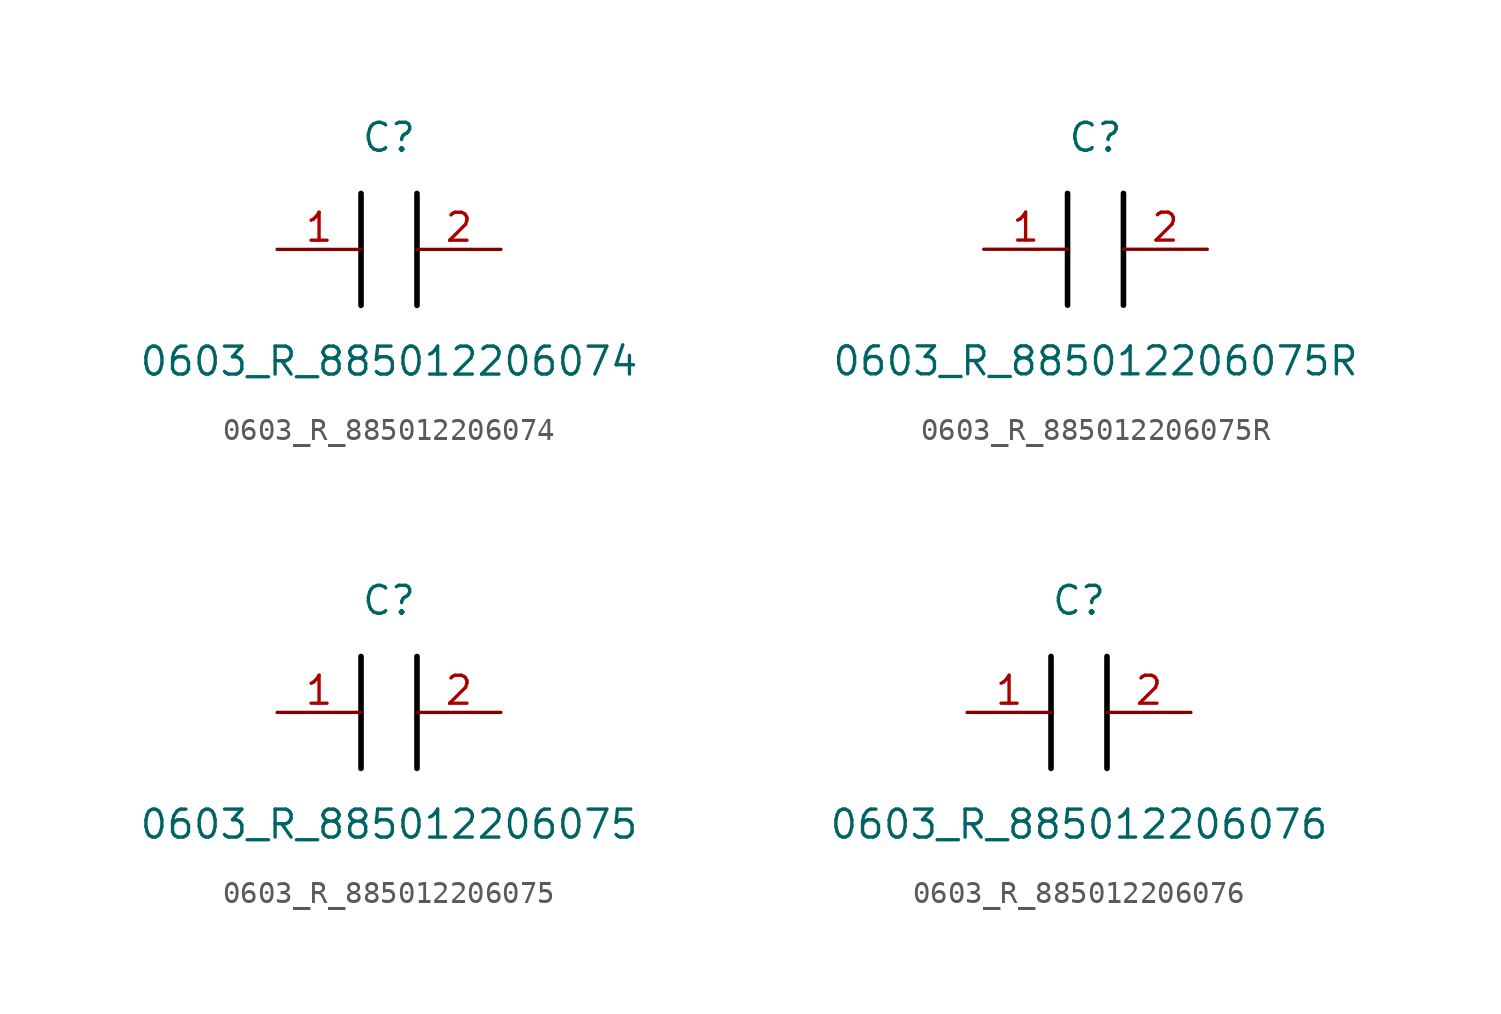
<source format=kicad_sym>
(kicad_symbol_lib
  (version 20220914)
  (generator kicad_symbol_editor)
  (symbol "0603_R_885012206074"
    (pin_names hide)
    (property "Reference" "C"
      (at 0 5.08 0)
      (effects (font (size 1.27 1.27))))
    (property "Value" "0603_R_885012206074"
      (at 0 -5.08 0)
      (effects (font (size 1.27 1.27))))
    (symbol "0603_R_885012206074_1_1"
      (polyline (pts (xy -1.27 2.54) (xy -1.27 -2.54)) (stroke (width 0.254) (type default) (color 0 0 0 1)) (fill (type none)))
      (polyline (pts (xy 1.27 2.54) (xy 1.27 -2.54)) (stroke (width 0.254) (type default) (color 0 0 0 1)) (fill (type none)))
      (pin passive line (at -5.08 0 0) (length 3.81) (name "1" (effects (font (size 1.27 1.27)))) (number "1" (effects (font (size 1.27 1.27)))))
      (pin passive line (at 5.08 0 180) (length 3.81) (name "2" (effects (font (size 1.27 1.27)))) (number "2" (effects (font (size 1.27 1.27)))))))
  (symbol "0603_R_885012206075R"
    (pin_names hide)
    (property "Reference" "C"
      (at 0 5.08 0)
      (effects (font (size 1.27 1.27))))
    (property "Value" "0603_R_885012206075R"
      (at 0 -5.08 0)
      (effects (font (size 1.27 1.27))))
    (symbol "0603_R_885012206075R_1_1"
      (polyline (pts (xy -1.27 2.54) (xy -1.27 -2.54)) (stroke (width 0.254) (type default) (color 0 0 0 1)) (fill (type none)))
      (polyline (pts (xy 1.27 2.54) (xy 1.27 -2.54)) (stroke (width 0.254) (type default) (color 0 0 0 1)) (fill (type none)))
      (pin passive line (at -5.08 0 0) (length 3.81) (name "1" (effects (font (size 1.27 1.27)))) (number "1" (effects (font (size 1.27 1.27)))))
      (pin passive line (at 5.08 0 180) (length 3.81) (name "2" (effects (font (size 1.27 1.27)))) (number "2" (effects (font (size 1.27 1.27)))))))
  (symbol "0603_R_885012206075"
    (pin_names hide)
    (property "Reference" "C"
      (at 0 5.08 0)
      (effects (font (size 1.27 1.27))))
    (property "Value" "0603_R_885012206075"
      (at 0 -5.08 0)
      (effects (font (size 1.27 1.27))))
    (symbol "0603_R_885012206075_1_1"
      (polyline (pts (xy -1.27 2.54) (xy -1.27 -2.54)) (stroke (width 0.254) (type default) (color 0 0 0 1)) (fill (type none)))
      (polyline (pts (xy 1.27 2.54) (xy 1.27 -2.54)) (stroke (width 0.254) (type default) (color 0 0 0 1)) (fill (type none)))
      (pin passive line (at -5.08 0 0) (length 3.81) (name "1" (effects (font (size 1.27 1.27)))) (number "1" (effects (font (size 1.27 1.27)))))
      (pin passive line (at 5.08 0 180) (length 3.81) (name "2" (effects (font (size 1.27 1.27)))) (number "2" (effects (font (size 1.27 1.27)))))))
  (symbol "0603_R_885012206076"
    (pin_names hide)
    (property "Reference" "C"
      (at 0 5.08 0)
      (effects (font (size 1.27 1.27))))
    (property "Value" "0603_R_885012206076"
      (at 0 -5.08 0)
      (effects (font (size 1.27 1.27))))
    (symbol "0603_R_885012206076_1_1"
      (polyline (pts (xy -1.27 2.54) (xy -1.27 -2.54)) (stroke (width 0.254) (type default) (color 0 0 0 1)) (fill (type none)))
      (polyline (pts (xy 1.27 2.54) (xy 1.27 -2.54)) (stroke (width 0.254) (type default) (color 0 0 0 1)) (fill (type none)))
      (pin passive line (at -5.08 0 0) (length 3.81) (name "1" (effects (font (size 1.27 1.27)))) (number "1" (effects (font (size 1.27 1.27)))))
      (pin passive line (at 5.08 0 180) (length 3.81) (name "2" (effects (font (size 1.27 1.27)))) (number "2" (effects (font (size 1.27 1.27))))))))
</source>
